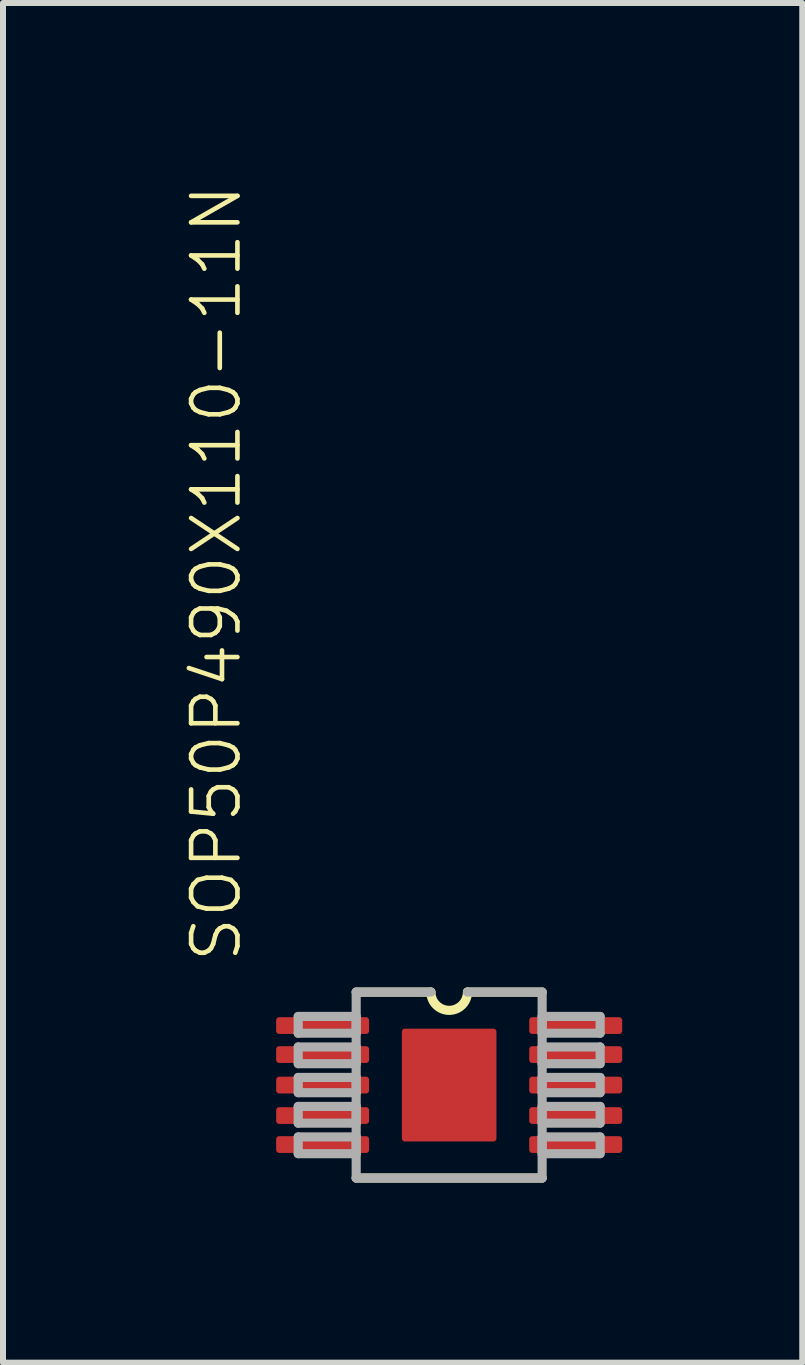
<source format=kicad_pcb>
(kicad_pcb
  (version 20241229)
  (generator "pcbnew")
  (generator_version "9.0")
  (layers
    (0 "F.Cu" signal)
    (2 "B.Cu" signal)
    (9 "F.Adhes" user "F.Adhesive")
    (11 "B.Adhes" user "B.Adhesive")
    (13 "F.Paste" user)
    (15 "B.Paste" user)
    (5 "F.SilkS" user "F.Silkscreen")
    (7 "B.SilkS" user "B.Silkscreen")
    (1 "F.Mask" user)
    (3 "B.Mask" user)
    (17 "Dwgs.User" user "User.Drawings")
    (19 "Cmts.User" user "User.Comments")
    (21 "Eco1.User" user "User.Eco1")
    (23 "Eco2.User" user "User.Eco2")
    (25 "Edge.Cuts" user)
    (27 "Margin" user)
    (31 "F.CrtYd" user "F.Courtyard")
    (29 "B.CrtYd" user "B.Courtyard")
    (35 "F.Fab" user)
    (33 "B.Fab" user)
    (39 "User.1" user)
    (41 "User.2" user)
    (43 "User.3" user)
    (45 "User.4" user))
  (footprint "SOP50P490X110-11N"
    (layer "F.Cu")
    (at 4.433 15.027)
    (property "Reference" "SOP50P490X110-11N" (at -3.429 -2.007 270) (layer "F.SilkS") (effects (font (size 0.772 0.772) (thickness 0.077)) (justify left bottom)))
    (attr through_hole)
    (fp_line (start -1.549 1.549) (end 1.549 1.549) (stroke (width 0.152) (type solid)) (layer "F.SilkS"))
    (fp_line (start -0.305 -1.549) (end -1.549 -1.549) (stroke (width 0.152) (type solid)) (layer "F.SilkS"))
    (fp_line (start 1.549 -1.549) (end 0.305 -1.549) (stroke (width 0.152) (type solid)) (layer "F.SilkS"))
    (fp_arc (start 0.3048 -1.5494) (mid 0 -1.2446) (end -0.3048 -1.5494) (stroke (width 0.1524) (type solid)) (layer "F.SilkS"))
    (fp_line (start -2.515 -1.143) (end -2.515 -0.864) (stroke (width 0.152) (type solid)) (layer "F.Fab"))
    (fp_line (start -2.515 -0.864) (end -1.549 -0.864) (stroke (width 0.152) (type solid)) (layer "F.Fab"))
    (fp_line (start -2.515 -0.635) (end -2.515 -0.356) (stroke (width 0.152) (type solid)) (layer "F.Fab"))
    (fp_line (start -2.515 -0.356) (end -1.549 -0.356) (stroke (width 0.152) (type solid)) (layer "F.Fab"))
    (fp_line (start -2.515 -0.127) (end -2.515 0.127) (stroke (width 0.152) (type solid)) (layer "F.Fab"))
    (fp_line (start -2.515 0.127) (end -1.549 0.127) (stroke (width 0.152) (type solid)) (layer "F.Fab"))
    (fp_line (start -2.515 0.356) (end -2.515 0.635) (stroke (width 0.152) (type solid)) (layer "F.Fab"))
    (fp_line (start -2.515 0.635) (end -1.549 0.635) (stroke (width 0.152) (type solid)) (layer "F.Fab"))
    (fp_line (start -2.515 0.864) (end -2.515 1.143) (stroke (width 0.152) (type solid)) (layer "F.Fab"))
    (fp_line (start -2.515 1.143) (end -1.549 1.143) (stroke (width 0.152) (type solid)) (layer "F.Fab"))
    (fp_line (start -1.549 -1.549) (end -1.549 1.549) (stroke (width 0.152) (type solid)) (layer "F.Fab"))
    (fp_line (start -1.549 -1.143) (end -2.515 -1.143) (stroke (width 0.152) (type solid)) (layer "F.Fab"))
    (fp_line (start -1.549 -0.864) (end -1.549 -1.143) (stroke (width 0.152) (type solid)) (layer "F.Fab"))
    (fp_line (start -1.549 -0.635) (end -2.515 -0.635) (stroke (width 0.152) (type solid)) (layer "F.Fab"))
    (fp_line (start -1.549 -0.356) (end -1.549 -0.635) (stroke (width 0.152) (type solid)) (layer "F.Fab"))
    (fp_line (start -1.549 -0.127) (end -2.515 -0.127) (stroke (width 0.152) (type solid)) (layer "F.Fab"))
    (fp_line (start -1.549 0.127) (end -1.549 -0.127) (stroke (width 0.152) (type solid)) (layer "F.Fab"))
    (fp_line (start -1.549 0.356) (end -2.515 0.356) (stroke (width 0.152) (type solid)) (layer "F.Fab"))
    (fp_line (start -1.549 0.635) (end -1.549 0.356) (stroke (width 0.152) (type solid)) (layer "F.Fab"))
    (fp_line (start -1.549 0.864) (end -2.515 0.864) (stroke (width 0.152) (type solid)) (layer "F.Fab"))
    (fp_line (start -1.549 1.143) (end -1.549 0.864) (stroke (width 0.152) (type solid)) (layer "F.Fab"))
    (fp_line (start -1.549 1.549) (end 1.549 1.549) (stroke (width 0.152) (type solid)) (layer "F.Fab"))
    (fp_line (start -0.305 -1.549) (end -1.549 -1.549) (stroke (width 0.152) (type solid)) (layer "F.Fab"))
    (fp_line (start 1.549 -1.549) (end 0.305 -1.549) (stroke (width 0.152) (type solid)) (layer "F.Fab"))
    (fp_line (start 1.549 -1.143) (end 1.549 -0.864) (stroke (width 0.152) (type solid)) (layer "F.Fab"))
    (fp_line (start 1.549 -0.864) (end 2.515 -0.864) (stroke (width 0.152) (type solid)) (layer "F.Fab"))
    (fp_line (start 1.549 -0.635) (end 1.549 -0.356) (stroke (width 0.152) (type solid)) (layer "F.Fab"))
    (fp_line (start 1.549 -0.356) (end 2.515 -0.356) (stroke (width 0.152) (type solid)) (layer "F.Fab"))
    (fp_line (start 1.549 -0.127) (end 1.549 0.127) (stroke (width 0.152) (type solid)) (layer "F.Fab"))
    (fp_line (start 1.549 0.127) (end 2.515 0.127) (stroke (width 0.152) (type solid)) (layer "F.Fab"))
    (fp_line (start 1.549 0.356) (end 1.549 0.635) (stroke (width 0.152) (type solid)) (layer "F.Fab"))
    (fp_line (start 1.549 0.635) (end 2.515 0.635) (stroke (width 0.152) (type solid)) (layer "F.Fab"))
    (fp_line (start 1.549 0.864) (end 1.549 1.143) (stroke (width 0.152) (type solid)) (layer "F.Fab"))
    (fp_line (start 1.549 1.143) (end 2.515 1.143) (stroke (width 0.152) (type solid)) (layer "F.Fab"))
    (fp_line (start 1.549 1.549) (end 1.549 -1.549) (stroke (width 0.152) (type solid)) (layer "F.Fab"))
    (fp_line (start 2.515 -1.143) (end 1.549 -1.143) (stroke (width 0.152) (type solid)) (layer "F.Fab"))
    (fp_line (start 2.515 -0.864) (end 2.515 -1.143) (stroke (width 0.152) (type solid)) (layer "F.Fab"))
    (fp_line (start 2.515 -0.635) (end 1.549 -0.635) (stroke (width 0.152) (type solid)) (layer "F.Fab"))
    (fp_line (start 2.515 -0.356) (end 2.515 -0.635) (stroke (width 0.152) (type solid)) (layer "F.Fab"))
    (fp_line (start 2.515 -0.127) (end 1.549 -0.127) (stroke (width 0.152) (type solid)) (layer "F.Fab"))
    (fp_line (start 2.515 0.127) (end 2.515 -0.127) (stroke (width 0.152) (type solid)) (layer "F.Fab"))
    (fp_line (start 2.515 0.356) (end 1.549 0.356) (stroke (width 0.152) (type solid)) (layer "F.Fab"))
    (fp_line (start 2.515 0.635) (end 2.515 0.356) (stroke (width 0.152) (type solid)) (layer "F.Fab"))
    (fp_line (start 2.515 0.864) (end 1.549 0.864) (stroke (width 0.152) (type solid)) (layer "F.Fab"))
    (fp_line (start 2.515 1.143) (end 2.515 0.864) (stroke (width 0.152) (type solid)) (layer "F.Fab"))
    (pad "1" smd roundrect (at -2.108 -0.991) (size 1.549 0.279) (layers "F.Cu" "F.Mask" "F.Paste") (roundrect_rratio 0.182))
    (pad "2" smd roundrect (at -2.108 -0.508) (size 1.549 0.279) (layers "F.Cu" "F.Mask" "F.Paste") (roundrect_rratio 0.182))
    (pad "3" smd roundrect (at -2.108 0) (size 1.549 0.279) (layers "F.Cu" "F.Mask" "F.Paste") (roundrect_rratio 0.182))
    (pad "4" smd roundrect (at -2.108 0.508) (size 1.549 0.279) (layers "F.Cu" "F.Mask" "F.Paste") (roundrect_rratio 0.182))
    (pad "5" smd roundrect (at -2.108 0.991) (size 1.549 0.279) (layers "F.Cu" "F.Mask" "F.Paste") (roundrect_rratio 0.182))
    (pad "6" smd roundrect (at 2.108 0.991) (size 1.549 0.279) (layers "F.Cu" "F.Mask" "F.Paste") (roundrect_rratio 0.182))
    (pad "7" smd roundrect (at 2.108 0.508) (size 1.549 0.279) (layers "F.Cu" "F.Mask" "F.Paste") (roundrect_rratio 0.182))
    (pad "8" smd roundrect (at 2.108 0) (size 1.549 0.279) (layers "F.Cu" "F.Mask" "F.Paste") (roundrect_rratio 0.182))
    (pad "9" smd roundrect (at 2.108 -0.508) (size 1.549 0.279) (layers "F.Cu" "F.Mask" "F.Paste") (roundrect_rratio 0.182))
    (pad "10" smd roundrect (at 2.108 -0.991) (size 1.549 0.279) (layers "F.Cu" "F.Mask" "F.Paste") (roundrect_rratio 0.182))
    (pad "TP" smd roundrect (at 0 0) (size 1.575 1.88) (layers "F.Cu" "F.Mask" "F.Paste") (roundrect_rratio 0.032)))
  (gr_rect
    (start -3 -3)
    (end 10.316 19.652)
    (stroke (width 0.1) (type default))
    (fill no)
    (layer "Edge.Cuts")))
</source>
